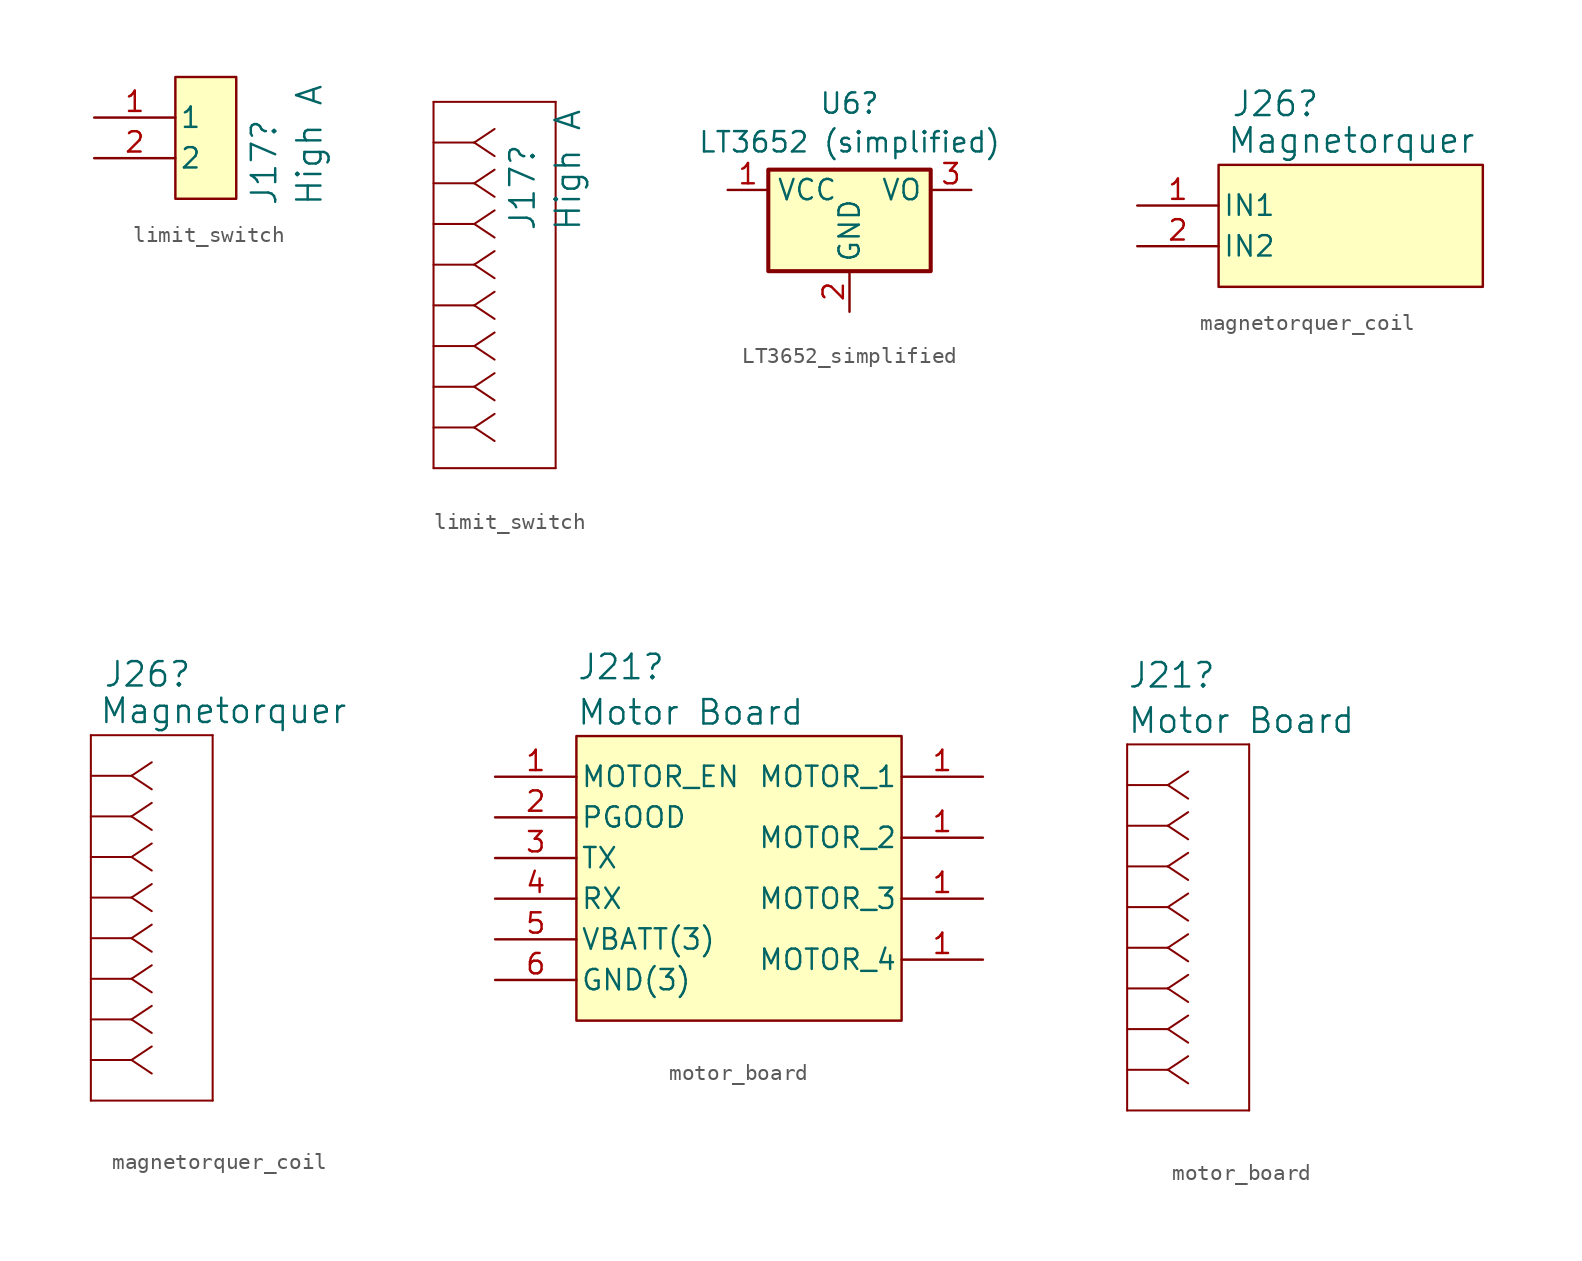
<source format=kicad_sym>
(kicad_symbol_lib
  (version 20241209)
  (generator "kicad_symbol_editor")
  (generator_version "9.0")
  (symbol "limit_switch"
    (pin_names
      (offset 0.254))
    (property "Reference" "J17"
      (at 10.629 -5.588 90)
      (effects (font (size 1.524 1.524)) (justify left)))
    (property "Value" "High A"
      (at 13.462 -5.588 90)
      (effects (font (size 1.524 1.524)) (justify left)))
    (symbol "limit_switch_1_1"
      (rectangle (start 5.08 2.54) (end 8.89 -5.08) (stroke (width 0) (type default)) (fill (type background)))
      (pin passive line (at 0 0 0) (length 5.08) (name "1" (effects (font (size 1.27 1.27)))) (number "1" (effects (font (size 1.27 1.27)))))
      (pin passive line (at 0 -2.54 0) (length 5.08) (name "2" (effects (font (size 1.27 1.27)))) (number "2" (effects (font (size 1.27 1.27))))))
    (symbol "limit_switch_1_2"
      (polyline (pts (xy 5.08 2.54) (xy 5.08 -20.32)) (stroke (width 0.127) (type default)) (fill (type none)))
      (polyline (pts (xy 5.08 -20.32) (xy 12.7 -20.32)) (stroke (width 0.127) (type default)) (fill (type none)))
      (polyline (pts (xy 7.62 0) (xy 5.08 0)) (stroke (width 0.127) (type default)) (fill (type none)))
      (polyline (pts (xy 7.62 0) (xy 8.89 0.847)) (stroke (width 0.127) (type default)) (fill (type none)))
      (polyline (pts (xy 7.62 0) (xy 8.89 -0.847)) (stroke (width 0.127) (type default)) (fill (type none)))
      (polyline (pts (xy 7.62 -2.54) (xy 5.08 -2.54)) (stroke (width 0.127) (type default)) (fill (type none)))
      (polyline (pts (xy 7.62 -2.54) (xy 8.89 -1.693)) (stroke (width 0.127) (type default)) (fill (type none)))
      (polyline (pts (xy 7.62 -2.54) (xy 8.89 -3.387)) (stroke (width 0.127) (type default)) (fill (type none)))
      (polyline (pts (xy 7.62 -5.08) (xy 5.08 -5.08)) (stroke (width 0.127) (type default)) (fill (type none)))
      (polyline (pts (xy 7.62 -5.08) (xy 8.89 -4.233)) (stroke (width 0.127) (type default)) (fill (type none)))
      (polyline (pts (xy 7.62 -5.08) (xy 8.89 -5.927)) (stroke (width 0.127) (type default)) (fill (type none)))
      (polyline (pts (xy 7.62 -7.62) (xy 5.08 -7.62)) (stroke (width 0.127) (type default)) (fill (type none)))
      (polyline (pts (xy 7.62 -7.62) (xy 8.89 -6.773)) (stroke (width 0.127) (type default)) (fill (type none)))
      (polyline (pts (xy 7.62 -7.62) (xy 8.89 -8.467)) (stroke (width 0.127) (type default)) (fill (type none)))
      (polyline (pts (xy 7.62 -10.16) (xy 5.08 -10.16)) (stroke (width 0.127) (type default)) (fill (type none)))
      (polyline (pts (xy 7.62 -10.16) (xy 8.89 -9.313)) (stroke (width 0.127) (type default)) (fill (type none)))
      (polyline (pts (xy 7.62 -10.16) (xy 8.89 -11.007)) (stroke (width 0.127) (type default)) (fill (type none)))
      (polyline (pts (xy 7.62 -12.7) (xy 5.08 -12.7)) (stroke (width 0.127) (type default)) (fill (type none)))
      (polyline (pts (xy 7.62 -12.7) (xy 8.89 -11.853)) (stroke (width 0.127) (type default)) (fill (type none)))
      (polyline (pts (xy 7.62 -12.7) (xy 8.89 -13.547)) (stroke (width 0.127) (type default)) (fill (type none)))
      (polyline (pts (xy 7.62 -15.24) (xy 5.08 -15.24)) (stroke (width 0.127) (type default)) (fill (type none)))
      (polyline (pts (xy 7.62 -15.24) (xy 8.89 -14.393)) (stroke (width 0.127) (type default)) (fill (type none)))
      (polyline (pts (xy 7.62 -15.24) (xy 8.89 -16.087)) (stroke (width 0.127) (type default)) (fill (type none)))
      (polyline (pts (xy 7.62 -17.78) (xy 5.08 -17.78)) (stroke (width 0.127) (type default)) (fill (type none)))
      (polyline (pts (xy 7.62 -17.78) (xy 8.89 -16.933)) (stroke (width 0.127) (type default)) (fill (type none)))
      (polyline (pts (xy 7.62 -17.78) (xy 8.89 -18.627)) (stroke (width 0.127) (type default)) (fill (type none)))
      (polyline (pts (xy 12.7 2.54) (xy 5.08 2.54)) (stroke (width 0.127) (type default)) (fill (type none)))
      (polyline (pts (xy 12.7 -20.32) (xy 12.7 2.54)) (stroke (width 0.127) (type default)) (fill (type none)))))
  (symbol "LT3652_simplified"
    (property "Reference" "U6"
      (at 0 5.415 0)
      (effects (font (size 1.27 1.27))))
    (property "Value" "LT3652 (simplified)"
      (at 0 2.99 0)
      (effects (font (size 1.27 1.27))))
    (symbol "LT3652_simplified_1_1"
      (rectangle (start -5.08 -5.08) (end 5.08 1.27) (stroke (width 0.254) (type default)) (fill (type background)))
      (pin power_in line (at -7.62 0 0) (length 2.54) (name "VCC" (effects (font (size 1.27 1.27)))) (number "1" (effects (font (size 1.27 1.27)))))
      (pin power_in line (at 0 -7.62 90) (length 2.54) (name "GND" (effects (font (size 1.27 1.27)))) (number "2" (effects (font (size 1.27 1.27)))))
      (pin power_out line (at 7.62 0 180) (length 2.54) (name "VO" (effects (font (size 1.27 1.27)))) (number "3" (effects (font (size 1.27 1.27)))))))
  (symbol "magnetorquer_coil"
    (pin_names
      (offset 0.254))
    (property "Reference" "J26"
      (at 5.842 6.35 0)
      (effects (font (size 1.524 1.524)) (justify left)))
    (property "Value" "Magnetorquer"
      (at 5.588 4.064 0)
      (effects (font (size 1.524 1.524)) (justify left)))
    (symbol "magnetorquer_coil_1_1"
      (rectangle (start 5.08 2.54) (end 21.59 -5.08) (stroke (width 0) (type default)) (fill (type background)))
      (pin passive line (at 0 0 0) (length 5.08) (name "IN1" (effects (font (size 1.27 1.27)))) (number "1" (effects (font (size 1.27 1.27)))))
      (pin passive line (at 0 -2.54 0) (length 5.08) (name "IN2" (effects (font (size 1.27 1.27)))) (number "2" (effects (font (size 1.27 1.27))))))
    (symbol "magnetorquer_coil_1_2"
      (polyline (pts (xy 5.08 2.54) (xy 5.08 -20.32)) (stroke (width 0.127) (type default)) (fill (type none)))
      (polyline (pts (xy 5.08 -20.32) (xy 12.7 -20.32)) (stroke (width 0.127) (type default)) (fill (type none)))
      (polyline (pts (xy 7.62 0) (xy 5.08 0)) (stroke (width 0.127) (type default)) (fill (type none)))
      (polyline (pts (xy 7.62 0) (xy 8.89 0.847)) (stroke (width 0.127) (type default)) (fill (type none)))
      (polyline (pts (xy 7.62 0) (xy 8.89 -0.847)) (stroke (width 0.127) (type default)) (fill (type none)))
      (polyline (pts (xy 7.62 -2.54) (xy 5.08 -2.54)) (stroke (width 0.127) (type default)) (fill (type none)))
      (polyline (pts (xy 7.62 -2.54) (xy 8.89 -1.693)) (stroke (width 0.127) (type default)) (fill (type none)))
      (polyline (pts (xy 7.62 -2.54) (xy 8.89 -3.387)) (stroke (width 0.127) (type default)) (fill (type none)))
      (polyline (pts (xy 7.62 -5.08) (xy 5.08 -5.08)) (stroke (width 0.127) (type default)) (fill (type none)))
      (polyline (pts (xy 7.62 -5.08) (xy 8.89 -4.233)) (stroke (width 0.127) (type default)) (fill (type none)))
      (polyline (pts (xy 7.62 -5.08) (xy 8.89 -5.927)) (stroke (width 0.127) (type default)) (fill (type none)))
      (polyline (pts (xy 7.62 -7.62) (xy 5.08 -7.62)) (stroke (width 0.127) (type default)) (fill (type none)))
      (polyline (pts (xy 7.62 -7.62) (xy 8.89 -6.773)) (stroke (width 0.127) (type default)) (fill (type none)))
      (polyline (pts (xy 7.62 -7.62) (xy 8.89 -8.467)) (stroke (width 0.127) (type default)) (fill (type none)))
      (polyline (pts (xy 7.62 -10.16) (xy 5.08 -10.16)) (stroke (width 0.127) (type default)) (fill (type none)))
      (polyline (pts (xy 7.62 -10.16) (xy 8.89 -9.313)) (stroke (width 0.127) (type default)) (fill (type none)))
      (polyline (pts (xy 7.62 -10.16) (xy 8.89 -11.007)) (stroke (width 0.127) (type default)) (fill (type none)))
      (polyline (pts (xy 7.62 -12.7) (xy 5.08 -12.7)) (stroke (width 0.127) (type default)) (fill (type none)))
      (polyline (pts (xy 7.62 -12.7) (xy 8.89 -11.853)) (stroke (width 0.127) (type default)) (fill (type none)))
      (polyline (pts (xy 7.62 -12.7) (xy 8.89 -13.547)) (stroke (width 0.127) (type default)) (fill (type none)))
      (polyline (pts (xy 7.62 -15.24) (xy 5.08 -15.24)) (stroke (width 0.127) (type default)) (fill (type none)))
      (polyline (pts (xy 7.62 -15.24) (xy 8.89 -14.393)) (stroke (width 0.127) (type default)) (fill (type none)))
      (polyline (pts (xy 7.62 -15.24) (xy 8.89 -16.087)) (stroke (width 0.127) (type default)) (fill (type none)))
      (polyline (pts (xy 7.62 -17.78) (xy 5.08 -17.78)) (stroke (width 0.127) (type default)) (fill (type none)))
      (polyline (pts (xy 7.62 -17.78) (xy 8.89 -16.933)) (stroke (width 0.127) (type default)) (fill (type none)))
      (polyline (pts (xy 7.62 -17.78) (xy 8.89 -18.627)) (stroke (width 0.127) (type default)) (fill (type none)))
      (polyline (pts (xy 12.7 2.54) (xy 5.08 2.54)) (stroke (width 0.127) (type default)) (fill (type none)))
      (polyline (pts (xy 12.7 -20.32) (xy 12.7 2.54)) (stroke (width 0.127) (type default)) (fill (type none)))))
  (symbol "motor_board"
    (pin_names
      (offset 0.254))
    (property "Reference" "J21"
      (at 5.08 6.858 0)
      (effects (font (size 1.524 1.524)) (justify left)))
    (property "Value" "Motor Board"
      (at 5.08 4.025 0)
      (effects (font (size 1.524 1.524)) (justify left)))
    (symbol "motor_board_1_1"
      (rectangle (start 5.08 2.54) (end 25.4 -15.24) (stroke (width 0) (type default)) (fill (type background)))
      (pin passive line (at 0 0 0) (length 5.08) (name "MOTOR_EN" (effects (font (size 1.27 1.27)))) (number "1" (effects (font (size 1.27 1.27)))))
      (pin passive line (at 0 -2.54 0) (length 5.08) (name "PGOOD" (effects (font (size 1.27 1.27)))) (number "2" (effects (font (size 1.27 1.27)))))
      (pin passive line (at 0 -5.08 0) (length 5.08) (name "TX" (effects (font (size 1.27 1.27)))) (number "3" (effects (font (size 1.27 1.27)))))
      (pin passive line (at 0 -7.62 0) (length 5.08) (name "RX" (effects (font (size 1.27 1.27)))) (number "4" (effects (font (size 1.27 1.27)))))
      (pin passive line (at 0 -10.16 0) (length 5.08) (name "VBATT(3)" (effects (font (size 1.27 1.27)))) (number "5" (effects (font (size 1.27 1.27)))))
      (pin passive line (at 0 -12.7 0) (length 5.08) (name "GND(3)" (effects (font (size 1.27 1.27)))) (number "6" (effects (font (size 1.27 1.27)))))
      (pin passive line (at 30.48 0 180) (length 5.08) (name "MOTOR_1" (effects (font (size 1.27 1.27)))) (number "1" (effects (font (size 1.27 1.27)))))
      (pin passive line (at 30.48 -3.81 180) (length 5.08) (name "MOTOR_2" (effects (font (size 1.27 1.27)))) (number "1" (effects (font (size 1.27 1.27)))))
      (pin passive line (at 30.48 -7.62 180) (length 5.08) (name "MOTOR_3" (effects (font (size 1.27 1.27)))) (number "1" (effects (font (size 1.27 1.27)))))
      (pin passive line (at 30.48 -11.43 180) (length 5.08) (name "MOTOR_4" (effects (font (size 1.27 1.27)))) (number "1" (effects (font (size 1.27 1.27))))))
    (symbol "motor_board_1_2"
      (polyline (pts (xy 5.08 2.54) (xy 5.08 -20.32)) (stroke (width 0.127) (type default)) (fill (type none)))
      (polyline (pts (xy 5.08 -20.32) (xy 12.7 -20.32)) (stroke (width 0.127) (type default)) (fill (type none)))
      (polyline (pts (xy 7.62 0) (xy 5.08 0)) (stroke (width 0.127) (type default)) (fill (type none)))
      (polyline (pts (xy 7.62 0) (xy 8.89 0.847)) (stroke (width 0.127) (type default)) (fill (type none)))
      (polyline (pts (xy 7.62 0) (xy 8.89 -0.847)) (stroke (width 0.127) (type default)) (fill (type none)))
      (polyline (pts (xy 7.62 -2.54) (xy 5.08 -2.54)) (stroke (width 0.127) (type default)) (fill (type none)))
      (polyline (pts (xy 7.62 -2.54) (xy 8.89 -1.693)) (stroke (width 0.127) (type default)) (fill (type none)))
      (polyline (pts (xy 7.62 -2.54) (xy 8.89 -3.387)) (stroke (width 0.127) (type default)) (fill (type none)))
      (polyline (pts (xy 7.62 -5.08) (xy 5.08 -5.08)) (stroke (width 0.127) (type default)) (fill (type none)))
      (polyline (pts (xy 7.62 -5.08) (xy 8.89 -4.233)) (stroke (width 0.127) (type default)) (fill (type none)))
      (polyline (pts (xy 7.62 -5.08) (xy 8.89 -5.927)) (stroke (width 0.127) (type default)) (fill (type none)))
      (polyline (pts (xy 7.62 -7.62) (xy 5.08 -7.62)) (stroke (width 0.127) (type default)) (fill (type none)))
      (polyline (pts (xy 7.62 -7.62) (xy 8.89 -6.773)) (stroke (width 0.127) (type default)) (fill (type none)))
      (polyline (pts (xy 7.62 -7.62) (xy 8.89 -8.467)) (stroke (width 0.127) (type default)) (fill (type none)))
      (polyline (pts (xy 7.62 -10.16) (xy 5.08 -10.16)) (stroke (width 0.127) (type default)) (fill (type none)))
      (polyline (pts (xy 7.62 -10.16) (xy 8.89 -9.313)) (stroke (width 0.127) (type default)) (fill (type none)))
      (polyline (pts (xy 7.62 -10.16) (xy 8.89 -11.007)) (stroke (width 0.127) (type default)) (fill (type none)))
      (polyline (pts (xy 7.62 -12.7) (xy 5.08 -12.7)) (stroke (width 0.127) (type default)) (fill (type none)))
      (polyline (pts (xy 7.62 -12.7) (xy 8.89 -11.853)) (stroke (width 0.127) (type default)) (fill (type none)))
      (polyline (pts (xy 7.62 -12.7) (xy 8.89 -13.547)) (stroke (width 0.127) (type default)) (fill (type none)))
      (polyline (pts (xy 7.62 -15.24) (xy 5.08 -15.24)) (stroke (width 0.127) (type default)) (fill (type none)))
      (polyline (pts (xy 7.62 -15.24) (xy 8.89 -14.393)) (stroke (width 0.127) (type default)) (fill (type none)))
      (polyline (pts (xy 7.62 -15.24) (xy 8.89 -16.087)) (stroke (width 0.127) (type default)) (fill (type none)))
      (polyline (pts (xy 7.62 -17.78) (xy 5.08 -17.78)) (stroke (width 0.127) (type default)) (fill (type none)))
      (polyline (pts (xy 7.62 -17.78) (xy 8.89 -16.933)) (stroke (width 0.127) (type default)) (fill (type none)))
      (polyline (pts (xy 7.62 -17.78) (xy 8.89 -18.627)) (stroke (width 0.127) (type default)) (fill (type none)))
      (polyline (pts (xy 12.7 2.54) (xy 5.08 2.54)) (stroke (width 0.127) (type default)) (fill (type none)))
      (polyline (pts (xy 12.7 -20.32) (xy 12.7 2.54)) (stroke (width 0.127) (type default)) (fill (type none))))))
</source>
